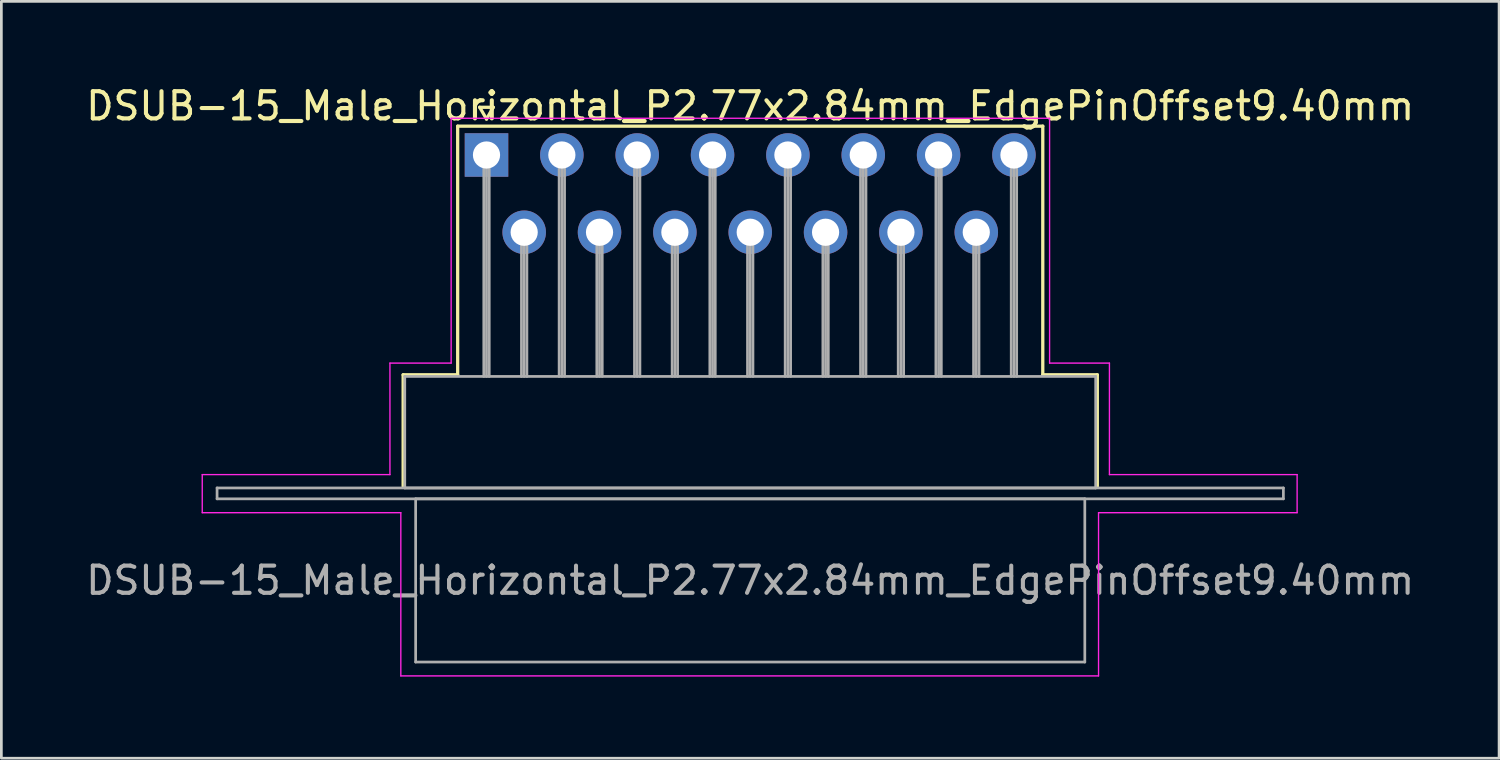
<source format=kicad_pcb>
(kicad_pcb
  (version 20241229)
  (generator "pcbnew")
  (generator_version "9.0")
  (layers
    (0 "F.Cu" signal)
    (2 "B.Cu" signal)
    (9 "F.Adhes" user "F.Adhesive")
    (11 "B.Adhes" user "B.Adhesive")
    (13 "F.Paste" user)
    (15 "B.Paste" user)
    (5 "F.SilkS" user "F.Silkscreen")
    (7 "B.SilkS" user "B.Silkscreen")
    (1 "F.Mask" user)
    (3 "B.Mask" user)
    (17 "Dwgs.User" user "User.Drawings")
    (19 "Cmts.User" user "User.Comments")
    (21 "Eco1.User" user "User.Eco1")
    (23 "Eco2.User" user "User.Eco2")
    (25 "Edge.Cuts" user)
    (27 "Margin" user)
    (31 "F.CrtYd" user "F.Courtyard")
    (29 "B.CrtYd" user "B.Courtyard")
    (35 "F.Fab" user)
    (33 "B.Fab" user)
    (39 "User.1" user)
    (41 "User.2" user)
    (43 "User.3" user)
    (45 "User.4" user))
  (footprint "DSUB-15_Male_Horizontal_P2.77x2.84mm_EdgePinOffset9.40mm"
    (layer "F.Cu")
    (at 14.835 2.648)
    (property "Reference" "DSUB-15_Male_Horizontal_P2.77x2.84mm_EdgePinOffset9.40mm" (at 9.695 -1.8 0) (layer "F.SilkS") (effects (font (size 1 1) (thickness 0.15))))
    (attr through_hole)
    (fp_line (start -3.065 8.08) (end -1.06 8.08) (stroke (width 0.12) (type solid)) (layer "F.SilkS"))
    (fp_line (start -3.065 12.18) (end -3.065 8.08) (stroke (width 0.12) (type solid)) (layer "F.SilkS"))
    (fp_line (start -1.06 -1.06) (end 20.45 -1.06) (stroke (width 0.12) (type solid)) (layer "F.SilkS"))
    (fp_line (start -1.06 8.08) (end -1.06 -1.06) (stroke (width 0.12) (type solid)) (layer "F.SilkS"))
    (fp_line (start -0.25 -1.754) (end 0.25 -1.754) (stroke (width 0.12) (type solid)) (layer "F.SilkS"))
    (fp_line (start 0 -1.321) (end -0.25 -1.754) (stroke (width 0.12) (type solid)) (layer "F.SilkS"))
    (fp_line (start 0.25 -1.754) (end 0 -1.321) (stroke (width 0.12) (type solid)) (layer "F.SilkS"))
    (fp_line (start 20.45 -1.06) (end 20.45 8.08) (stroke (width 0.12) (type solid)) (layer "F.SilkS"))
    (fp_line (start 20.45 8.08) (end 22.455 8.08) (stroke (width 0.12) (type solid)) (layer "F.SilkS"))
    (fp_line (start 22.455 8.08) (end 22.455 12.18) (stroke (width 0.12) (type solid)) (layer "F.SilkS"))
    (fp_line (start -10.45 11.75) (end -3.55 11.75) (stroke (width 0.05) (type solid)) (layer "F.CrtYd"))
    (fp_line (start -10.45 13.15) (end -10.45 11.75) (stroke (width 0.05) (type solid)) (layer "F.CrtYd"))
    (fp_line (start -3.55 7.65) (end -1.3 7.65) (stroke (width 0.05) (type solid)) (layer "F.CrtYd"))
    (fp_line (start -3.55 11.75) (end -3.55 7.65) (stroke (width 0.05) (type solid)) (layer "F.CrtYd"))
    (fp_line (start -3.15 13.15) (end -10.45 13.15) (stroke (width 0.05) (type solid)) (layer "F.CrtYd"))
    (fp_line (start -3.15 19.15) (end -3.15 13.15) (stroke (width 0.05) (type solid)) (layer "F.CrtYd"))
    (fp_line (start -1.3 -1.35) (end 20.7 -1.35) (stroke (width 0.05) (type solid)) (layer "F.CrtYd"))
    (fp_line (start -1.3 7.65) (end -1.3 -1.35) (stroke (width 0.05) (type solid)) (layer "F.CrtYd"))
    (fp_line (start 20.7 -1.35) (end 20.7 7.65) (stroke (width 0.05) (type solid)) (layer "F.CrtYd"))
    (fp_line (start 20.7 7.65) (end 22.9 7.65) (stroke (width 0.05) (type solid)) (layer "F.CrtYd"))
    (fp_line (start 22.5 13.15) (end 22.5 19.15) (stroke (width 0.05) (type solid)) (layer "F.CrtYd"))
    (fp_line (start 22.5 19.15) (end -3.15 19.15) (stroke (width 0.05) (type solid)) (layer "F.CrtYd"))
    (fp_line (start 22.9 7.65) (end 22.9 11.75) (stroke (width 0.05) (type solid)) (layer "F.CrtYd"))
    (fp_line (start 22.9 11.75) (end 29.8 11.75) (stroke (width 0.05) (type solid)) (layer "F.CrtYd"))
    (fp_line (start 29.8 11.75) (end 29.8 13.15) (stroke (width 0.05) (type solid)) (layer "F.CrtYd"))
    (fp_line (start 29.8 13.15) (end 22.5 13.15) (stroke (width 0.05) (type solid)) (layer "F.CrtYd"))
    (fp_line (start -9.905 12.24) (end -9.905 12.64) (stroke (width 0.1) (type solid)) (layer "F.Fab"))
    (fp_line (start -9.905 12.64) (end 29.295 12.64) (stroke (width 0.1) (type solid)) (layer "F.Fab"))
    (fp_line (start -3.005 8.14) (end -3.005 12.24) (stroke (width 0.1) (type solid)) (layer "F.Fab"))
    (fp_line (start -3.005 12.24) (end 22.395 12.24) (stroke (width 0.1) (type solid)) (layer "F.Fab"))
    (fp_line (start -2.605 12.64) (end -2.605 18.64) (stroke (width 0.1) (type solid)) (layer "F.Fab"))
    (fp_line (start -2.605 18.64) (end 21.995 18.64) (stroke (width 0.1) (type solid)) (layer "F.Fab"))
    (fp_line (start -0.1 0) (end -0.1 8.14) (stroke (width 0.1) (type solid)) (layer "F.Fab"))
    (fp_line (start 0 0) (end 0 8.14) (stroke (width 0.1) (type solid)) (layer "F.Fab"))
    (fp_line (start 0.1 0) (end 0.1 8.14) (stroke (width 0.1) (type solid)) (layer "F.Fab"))
    (fp_line (start 1.285 2.84) (end 1.285 8.14) (stroke (width 0.1) (type solid)) (layer "F.Fab"))
    (fp_line (start 1.385 2.84) (end 1.385 8.14) (stroke (width 0.1) (type solid)) (layer "F.Fab"))
    (fp_line (start 1.485 2.84) (end 1.485 8.14) (stroke (width 0.1) (type solid)) (layer "F.Fab"))
    (fp_line (start 2.67 0) (end 2.67 8.14) (stroke (width 0.1) (type solid)) (layer "F.Fab"))
    (fp_line (start 2.77 0) (end 2.77 8.14) (stroke (width 0.1) (type solid)) (layer "F.Fab"))
    (fp_line (start 2.87 0) (end 2.87 8.14) (stroke (width 0.1) (type solid)) (layer "F.Fab"))
    (fp_line (start 4.055 2.84) (end 4.055 8.14) (stroke (width 0.1) (type solid)) (layer "F.Fab"))
    (fp_line (start 4.155 2.84) (end 4.155 8.14) (stroke (width 0.1) (type solid)) (layer "F.Fab"))
    (fp_line (start 4.255 2.84) (end 4.255 8.14) (stroke (width 0.1) (type solid)) (layer "F.Fab"))
    (fp_line (start 5.44 0) (end 5.44 8.14) (stroke (width 0.1) (type solid)) (layer "F.Fab"))
    (fp_line (start 5.54 0) (end 5.54 8.14) (stroke (width 0.1) (type solid)) (layer "F.Fab"))
    (fp_line (start 5.64 0) (end 5.64 8.14) (stroke (width 0.1) (type solid)) (layer "F.Fab"))
    (fp_line (start 6.825 2.84) (end 6.825 8.14) (stroke (width 0.1) (type solid)) (layer "F.Fab"))
    (fp_line (start 6.925 2.84) (end 6.925 8.14) (stroke (width 0.1) (type solid)) (layer "F.Fab"))
    (fp_line (start 7.025 2.84) (end 7.025 8.14) (stroke (width 0.1) (type solid)) (layer "F.Fab"))
    (fp_line (start 8.21 0) (end 8.21 8.14) (stroke (width 0.1) (type solid)) (layer "F.Fab"))
    (fp_line (start 8.31 0) (end 8.31 8.14) (stroke (width 0.1) (type solid)) (layer "F.Fab"))
    (fp_line (start 8.41 0) (end 8.41 8.14) (stroke (width 0.1) (type solid)) (layer "F.Fab"))
    (fp_line (start 9.595 2.84) (end 9.595 8.14) (stroke (width 0.1) (type solid)) (layer "F.Fab"))
    (fp_line (start 9.695 2.84) (end 9.695 8.14) (stroke (width 0.1) (type solid)) (layer "F.Fab"))
    (fp_line (start 9.795 2.84) (end 9.795 8.14) (stroke (width 0.1) (type solid)) (layer "F.Fab"))
    (fp_line (start 10.98 0) (end 10.98 8.14) (stroke (width 0.1) (type solid)) (layer "F.Fab"))
    (fp_line (start 11.08 0) (end 11.08 8.14) (stroke (width 0.1) (type solid)) (layer "F.Fab"))
    (fp_line (start 11.18 0) (end 11.18 8.14) (stroke (width 0.1) (type solid)) (layer "F.Fab"))
    (fp_line (start 12.365 2.84) (end 12.365 8.14) (stroke (width 0.1) (type solid)) (layer "F.Fab"))
    (fp_line (start 12.465 2.84) (end 12.465 8.14) (stroke (width 0.1) (type solid)) (layer "F.Fab"))
    (fp_line (start 12.565 2.84) (end 12.565 8.14) (stroke (width 0.1) (type solid)) (layer "F.Fab"))
    (fp_line (start 13.75 0) (end 13.75 8.14) (stroke (width 0.1) (type solid)) (layer "F.Fab"))
    (fp_line (start 13.85 0) (end 13.85 8.14) (stroke (width 0.1) (type solid)) (layer "F.Fab"))
    (fp_line (start 13.95 0) (end 13.95 8.14) (stroke (width 0.1) (type solid)) (layer "F.Fab"))
    (fp_line (start 15.135 2.84) (end 15.135 8.14) (stroke (width 0.1) (type solid)) (layer "F.Fab"))
    (fp_line (start 15.235 2.84) (end 15.235 8.14) (stroke (width 0.1) (type solid)) (layer "F.Fab"))
    (fp_line (start 15.335 2.84) (end 15.335 8.14) (stroke (width 0.1) (type solid)) (layer "F.Fab"))
    (fp_line (start 16.52 0) (end 16.52 8.14) (stroke (width 0.1) (type solid)) (layer "F.Fab"))
    (fp_line (start 16.62 0) (end 16.62 8.14) (stroke (width 0.1) (type solid)) (layer "F.Fab"))
    (fp_line (start 16.72 0) (end 16.72 8.14) (stroke (width 0.1) (type solid)) (layer "F.Fab"))
    (fp_line (start 17.905 2.84) (end 17.905 8.14) (stroke (width 0.1) (type solid)) (layer "F.Fab"))
    (fp_line (start 18.005 2.84) (end 18.005 8.14) (stroke (width 0.1) (type solid)) (layer "F.Fab"))
    (fp_line (start 18.105 2.84) (end 18.105 8.14) (stroke (width 0.1) (type solid)) (layer "F.Fab"))
    (fp_line (start 19.29 0) (end 19.29 8.14) (stroke (width 0.1) (type solid)) (layer "F.Fab"))
    (fp_line (start 19.39 0) (end 19.39 8.14) (stroke (width 0.1) (type solid)) (layer "F.Fab"))
    (fp_line (start 19.49 0) (end 19.49 8.14) (stroke (width 0.1) (type solid)) (layer "F.Fab"))
    (fp_line (start 21.995 12.64) (end -2.605 12.64) (stroke (width 0.1) (type solid)) (layer "F.Fab"))
    (fp_line (start 21.995 18.64) (end 21.995 12.64) (stroke (width 0.1) (type solid)) (layer "F.Fab"))
    (fp_line (start 22.395 8.14) (end -3.005 8.14) (stroke (width 0.1) (type solid)) (layer "F.Fab"))
    (fp_line (start 22.395 12.24) (end 22.395 8.14) (stroke (width 0.1) (type solid)) (layer "F.Fab"))
    (fp_line (start 29.295 12.24) (end -9.905 12.24) (stroke (width 0.1) (type solid)) (layer "F.Fab"))
    (fp_line (start 29.295 12.64) (end 29.295 12.24) (stroke (width 0.1) (type solid)) (layer "F.Fab"))
    (fp_text user "${REFERENCE}" (at 9.695 15.64 0) (layer "F.Fab") (effects (font (size 1 1) (thickness 0.15))))
    (pad "1" thru_hole rect (at 0 0) (size 1.6 1.6) (drill 1) (layers "*.Cu" "*.Mask"))
    (pad "2" thru_hole circle (at 2.77 0) (size 1.6 1.6) (drill 1) (layers "*.Cu" "*.Mask"))
    (pad "3" thru_hole circle (at 5.54 0) (size 1.6 1.6) (drill 1) (layers "*.Cu" "*.Mask"))
    (pad "4" thru_hole circle (at 8.31 0) (size 1.6 1.6) (drill 1) (layers "*.Cu" "*.Mask"))
    (pad "5" thru_hole circle (at 11.08 0) (size 1.6 1.6) (drill 1) (layers "*.Cu" "*.Mask"))
    (pad "6" thru_hole circle (at 13.85 0) (size 1.6 1.6) (drill 1) (layers "*.Cu" "*.Mask"))
    (pad "7" thru_hole circle (at 16.62 0) (size 1.6 1.6) (drill 1) (layers "*.Cu" "*.Mask"))
    (pad "8" thru_hole circle (at 19.39 0) (size 1.6 1.6) (drill 1) (layers "*.Cu" "*.Mask"))
    (pad "9" thru_hole circle (at 1.385 2.84) (size 1.6 1.6) (drill 1) (layers "*.Cu" "*.Mask"))
    (pad "10" thru_hole circle (at 4.155 2.84) (size 1.6 1.6) (drill 1) (layers "*.Cu" "*.Mask"))
    (pad "11" thru_hole circle (at 6.925 2.84) (size 1.6 1.6) (drill 1) (layers "*.Cu" "*.Mask"))
    (pad "12" thru_hole circle (at 9.695 2.84) (size 1.6 1.6) (drill 1) (layers "*.Cu" "*.Mask"))
    (pad "13" thru_hole circle (at 12.465 2.84) (size 1.6 1.6) (drill 1) (layers "*.Cu" "*.Mask"))
    (pad "14" thru_hole circle (at 15.235 2.84) (size 1.6 1.6) (drill 1) (layers "*.Cu" "*.Mask"))
    (pad "15" thru_hole circle (at 18.005 2.84) (size 1.6 1.6) (drill 1) (layers "*.Cu" "*.Mask")))
  (gr_rect
    (start -3 -3)
    (end 52.06 24.823)
    (stroke (width 0.1) (type default))
    (fill no)
    (layer "Edge.Cuts")))
</source>
